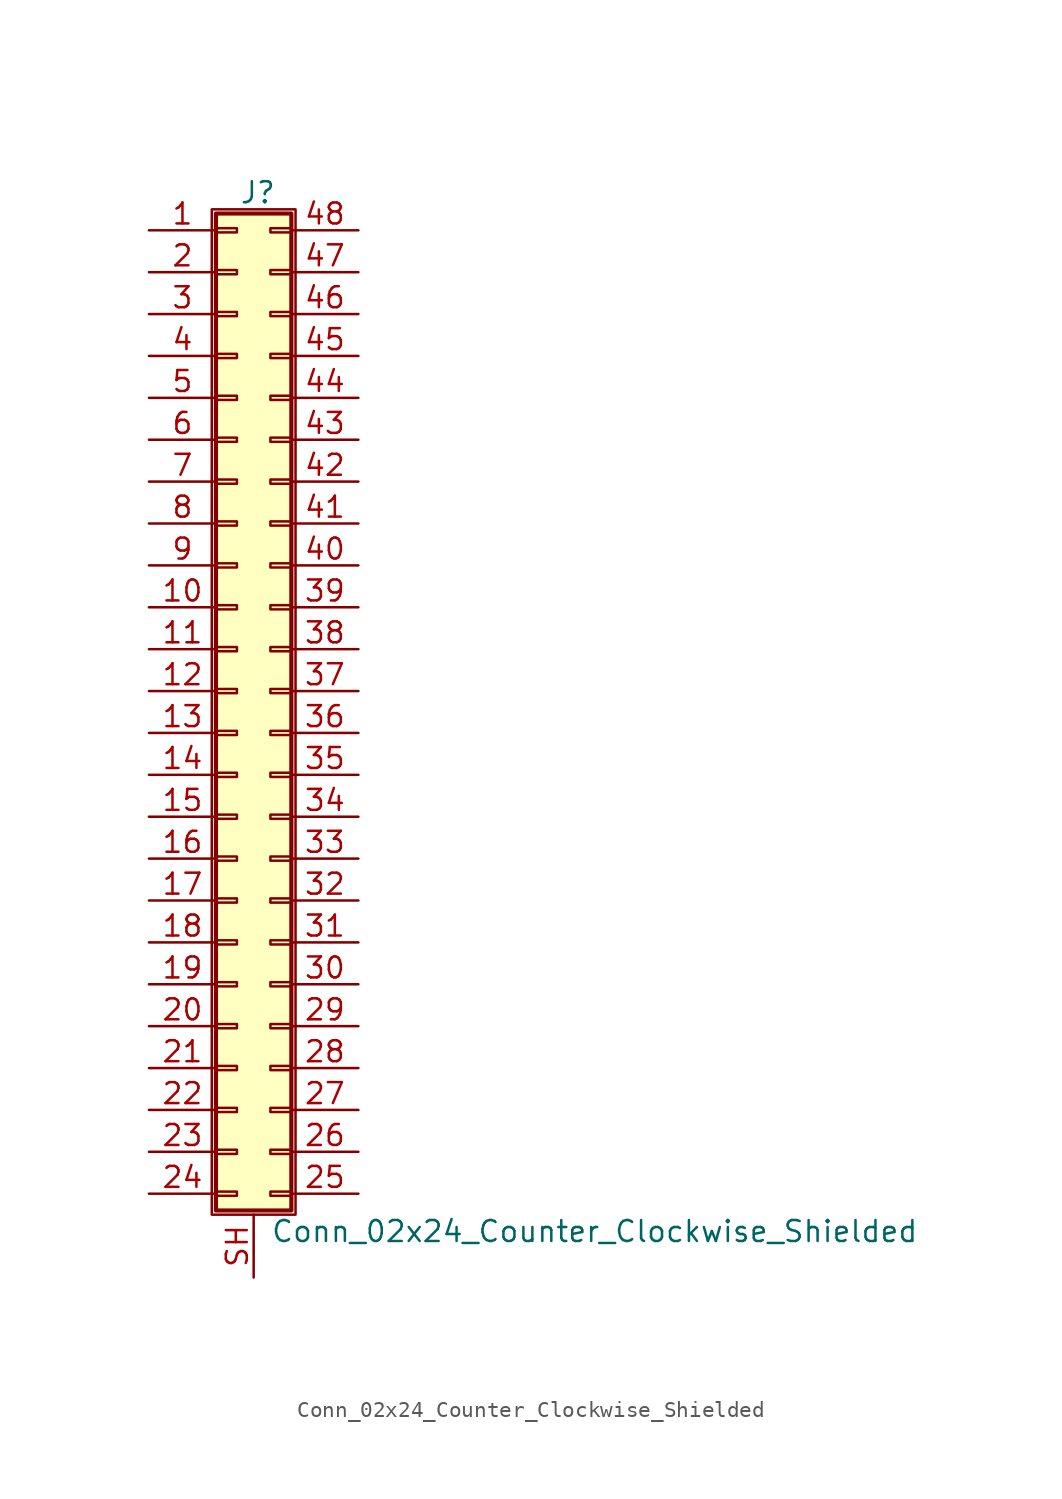
<source format=kicad_sym>
(kicad_symbol_lib
  (version 20201005)
  (generator kicad_symbol_editor)
  (symbol "Conn_02x24_Counter_Clockwise_Shielded"
    (pin_names
      (offset 1.016) hide)
    (property "Reference" "J"
      (at 1.524 30.226 0)
      (effects (font (size 1.27 1.27))))
    (property "Value" "Conn_02x24_Counter_Clockwise_Shielded"
      (at 2.286 -32.766 0)
      (effects (font (size 1.27 1.27)) (justify left)))
    (symbol "Conn_02x24_Counter_Clockwise_Shielded_1_1"
      (rectangle (start -1.27 29.21) (end 3.81 -31.75) (stroke (width 0.152)) (fill (type none)))
      (rectangle (start -1.016 -30.353) (end 0.254 -30.607) (stroke (width 0.152)) (fill (type none)))
      (rectangle (start -1.016 -27.813) (end 0.254 -28.067) (stroke (width 0.152)) (fill (type none)))
      (rectangle (start -1.016 -25.273) (end 0.254 -25.527) (stroke (width 0.152)) (fill (type none)))
      (rectangle (start -1.016 -22.733) (end 0.254 -22.987) (stroke (width 0.152)) (fill (type none)))
      (rectangle (start -1.016 -20.193) (end 0.254 -20.447) (stroke (width 0.152)) (fill (type none)))
      (rectangle (start -1.016 -17.653) (end 0.254 -17.907) (stroke (width 0.152)) (fill (type none)))
      (rectangle (start -1.016 -15.113) (end 0.254 -15.367) (stroke (width 0.152)) (fill (type none)))
      (rectangle (start -1.016 -12.573) (end 0.254 -12.827) (stroke (width 0.152)) (fill (type none)))
      (rectangle (start -1.016 -10.033) (end 0.254 -10.287) (stroke (width 0.152)) (fill (type none)))
      (rectangle (start -1.016 -7.493) (end 0.254 -7.747) (stroke (width 0.152)) (fill (type none)))
      (rectangle (start -1.016 -4.953) (end 0.254 -5.207) (stroke (width 0.152)) (fill (type none)))
      (rectangle (start -1.016 -2.413) (end 0.254 -2.667) (stroke (width 0.152)) (fill (type none)))
      (rectangle (start -1.016 0.127) (end 0.254 -0.127) (stroke (width 0.152)) (fill (type none)))
      (rectangle (start -1.016 2.667) (end 0.254 2.413) (stroke (width 0.152)) (fill (type none)))
      (rectangle (start -1.016 5.207) (end 0.254 4.953) (stroke (width 0.152)) (fill (type none)))
      (rectangle (start -1.016 7.747) (end 0.254 7.493) (stroke (width 0.152)) (fill (type none)))
      (rectangle (start -1.016 10.287) (end 0.254 10.033) (stroke (width 0.152)) (fill (type none)))
      (rectangle (start -1.016 12.827) (end 0.254 12.573) (stroke (width 0.152)) (fill (type none)))
      (rectangle (start -1.016 15.367) (end 0.254 15.113) (stroke (width 0.152)) (fill (type none)))
      (rectangle (start -1.016 17.907) (end 0.254 17.653) (stroke (width 0.152)) (fill (type none)))
      (rectangle (start -1.016 20.447) (end 0.254 20.193) (stroke (width 0.152)) (fill (type none)))
      (rectangle (start -1.016 22.987) (end 0.254 22.733) (stroke (width 0.152)) (fill (type none)))
      (rectangle (start -1.016 25.527) (end 0.254 25.273) (stroke (width 0.152)) (fill (type none)))
      (rectangle (start -1.016 28.067) (end 0.254 27.813) (stroke (width 0.152)) (fill (type none)))
      (rectangle (start 3.556 -30.353) (end 2.286 -30.607) (stroke (width 0.152)) (fill (type none)))
      (rectangle (start 3.556 -27.813) (end 2.286 -28.067) (stroke (width 0.152)) (fill (type none)))
      (rectangle (start 3.556 -25.273) (end 2.286 -25.527) (stroke (width 0.152)) (fill (type none)))
      (rectangle (start 3.556 -22.733) (end 2.286 -22.987) (stroke (width 0.152)) (fill (type none)))
      (rectangle (start 3.556 -20.193) (end 2.286 -20.447) (stroke (width 0.152)) (fill (type none)))
      (rectangle (start 3.556 -17.653) (end 2.286 -17.907) (stroke (width 0.152)) (fill (type none)))
      (rectangle (start 3.556 -15.113) (end 2.286 -15.367) (stroke (width 0.152)) (fill (type none)))
      (rectangle (start 3.556 -12.573) (end 2.286 -12.827) (stroke (width 0.152)) (fill (type none)))
      (rectangle (start 3.556 -10.033) (end 2.286 -10.287) (stroke (width 0.152)) (fill (type none)))
      (rectangle (start 3.556 -7.493) (end 2.286 -7.747) (stroke (width 0.152)) (fill (type none)))
      (rectangle (start 3.556 -4.953) (end 2.286 -5.207) (stroke (width 0.152)) (fill (type none)))
      (rectangle (start 3.556 -2.413) (end 2.286 -2.667) (stroke (width 0.152)) (fill (type none)))
      (rectangle (start 3.556 0.127) (end 2.286 -0.127) (stroke (width 0.152)) (fill (type none)))
      (rectangle (start 3.556 2.667) (end 2.286 2.413) (stroke (width 0.152)) (fill (type none)))
      (rectangle (start 3.556 5.207) (end 2.286 4.953) (stroke (width 0.152)) (fill (type none)))
      (rectangle (start 3.556 7.747) (end 2.286 7.493) (stroke (width 0.152)) (fill (type none)))
      (rectangle (start 3.556 10.287) (end 2.286 10.033) (stroke (width 0.152)) (fill (type none)))
      (rectangle (start 3.556 12.827) (end 2.286 12.573) (stroke (width 0.152)) (fill (type none)))
      (rectangle (start 3.556 15.367) (end 2.286 15.113) (stroke (width 0.152)) (fill (type none)))
      (rectangle (start 3.556 17.907) (end 2.286 17.653) (stroke (width 0.152)) (fill (type none)))
      (rectangle (start 3.556 20.447) (end 2.286 20.193) (stroke (width 0.152)) (fill (type none)))
      (rectangle (start 3.556 22.987) (end 2.286 22.733) (stroke (width 0.152)) (fill (type none)))
      (rectangle (start 3.556 25.527) (end 2.286 25.273) (stroke (width 0.152)) (fill (type none)))
      (rectangle (start 3.556 28.067) (end 2.286 27.813) (stroke (width 0.152)) (fill (type none)))
      (rectangle (start -1.016 28.956) (end 3.556 -31.496) (stroke (width 0.254)) (fill (type background)))
      (pin passive line (at -5.08 27.94 0) (length 4.064) (name "Pin_1" (effects (font (size 1.27 1.27)))) (number "1" (effects (font (size 1.27 1.27)))))
      (pin passive line (at -5.08 5.08 0) (length 4.064) (name "Pin_10" (effects (font (size 1.27 1.27)))) (number "10" (effects (font (size 1.27 1.27)))))
      (pin passive line (at -5.08 2.54 0) (length 4.064) (name "Pin_11" (effects (font (size 1.27 1.27)))) (number "11" (effects (font (size 1.27 1.27)))))
      (pin passive line (at -5.08 0 0) (length 4.064) (name "Pin_12" (effects (font (size 1.27 1.27)))) (number "12" (effects (font (size 1.27 1.27)))))
      (pin passive line (at -5.08 -2.54 0) (length 4.064) (name "Pin_13" (effects (font (size 1.27 1.27)))) (number "13" (effects (font (size 1.27 1.27)))))
      (pin passive line (at -5.08 -5.08 0) (length 4.064) (name "Pin_14" (effects (font (size 1.27 1.27)))) (number "14" (effects (font (size 1.27 1.27)))))
      (pin passive line (at -5.08 -7.62 0) (length 4.064) (name "Pin_15" (effects (font (size 1.27 1.27)))) (number "15" (effects (font (size 1.27 1.27)))))
      (pin passive line (at -5.08 -10.16 0) (length 4.064) (name "Pin_16" (effects (font (size 1.27 1.27)))) (number "16" (effects (font (size 1.27 1.27)))))
      (pin passive line (at -5.08 -12.7 0) (length 4.064) (name "Pin_17" (effects (font (size 1.27 1.27)))) (number "17" (effects (font (size 1.27 1.27)))))
      (pin passive line (at -5.08 -15.24 0) (length 4.064) (name "Pin_18" (effects (font (size 1.27 1.27)))) (number "18" (effects (font (size 1.27 1.27)))))
      (pin passive line (at -5.08 -17.78 0) (length 4.064) (name "Pin_19" (effects (font (size 1.27 1.27)))) (number "19" (effects (font (size 1.27 1.27)))))
      (pin passive line (at -5.08 25.4 0) (length 4.064) (name "Pin_2" (effects (font (size 1.27 1.27)))) (number "2" (effects (font (size 1.27 1.27)))))
      (pin passive line (at -5.08 -20.32 0) (length 4.064) (name "Pin_20" (effects (font (size 1.27 1.27)))) (number "20" (effects (font (size 1.27 1.27)))))
      (pin passive line (at -5.08 -22.86 0) (length 4.064) (name "Pin_21" (effects (font (size 1.27 1.27)))) (number "21" (effects (font (size 1.27 1.27)))))
      (pin passive line (at -5.08 -25.4 0) (length 4.064) (name "Pin_22" (effects (font (size 1.27 1.27)))) (number "22" (effects (font (size 1.27 1.27)))))
      (pin passive line (at -5.08 -27.94 0) (length 4.064) (name "Pin_23" (effects (font (size 1.27 1.27)))) (number "23" (effects (font (size 1.27 1.27)))))
      (pin passive line (at -5.08 -30.48 0) (length 4.064) (name "Pin_24" (effects (font (size 1.27 1.27)))) (number "24" (effects (font (size 1.27 1.27)))))
      (pin passive line (at 7.62 -30.48 180) (length 4.064) (name "Pin_25" (effects (font (size 1.27 1.27)))) (number "25" (effects (font (size 1.27 1.27)))))
      (pin passive line (at 7.62 -27.94 180) (length 4.064) (name "Pin_26" (effects (font (size 1.27 1.27)))) (number "26" (effects (font (size 1.27 1.27)))))
      (pin passive line (at 7.62 -25.4 180) (length 4.064) (name "Pin_27" (effects (font (size 1.27 1.27)))) (number "27" (effects (font (size 1.27 1.27)))))
      (pin passive line (at 7.62 -22.86 180) (length 4.064) (name "Pin_28" (effects (font (size 1.27 1.27)))) (number "28" (effects (font (size 1.27 1.27)))))
      (pin passive line (at 7.62 -20.32 180) (length 4.064) (name "Pin_29" (effects (font (size 1.27 1.27)))) (number "29" (effects (font (size 1.27 1.27)))))
      (pin passive line (at -5.08 22.86 0) (length 4.064) (name "Pin_3" (effects (font (size 1.27 1.27)))) (number "3" (effects (font (size 1.27 1.27)))))
      (pin passive line (at 7.62 -17.78 180) (length 4.064) (name "Pin_30" (effects (font (size 1.27 1.27)))) (number "30" (effects (font (size 1.27 1.27)))))
      (pin passive line (at 7.62 -15.24 180) (length 4.064) (name "Pin_31" (effects (font (size 1.27 1.27)))) (number "31" (effects (font (size 1.27 1.27)))))
      (pin passive line (at 7.62 -12.7 180) (length 4.064) (name "Pin_32" (effects (font (size 1.27 1.27)))) (number "32" (effects (font (size 1.27 1.27)))))
      (pin passive line (at 7.62 -10.16 180) (length 4.064) (name "Pin_33" (effects (font (size 1.27 1.27)))) (number "33" (effects (font (size 1.27 1.27)))))
      (pin passive line (at 7.62 -7.62 180) (length 4.064) (name "Pin_34" (effects (font (size 1.27 1.27)))) (number "34" (effects (font (size 1.27 1.27)))))
      (pin passive line (at 7.62 -5.08 180) (length 4.064) (name "Pin_35" (effects (font (size 1.27 1.27)))) (number "35" (effects (font (size 1.27 1.27)))))
      (pin passive line (at 7.62 -2.54 180) (length 4.064) (name "Pin_36" (effects (font (size 1.27 1.27)))) (number "36" (effects (font (size 1.27 1.27)))))
      (pin passive line (at 7.62 0 180) (length 4.064) (name "Pin_37" (effects (font (size 1.27 1.27)))) (number "37" (effects (font (size 1.27 1.27)))))
      (pin passive line (at 7.62 2.54 180) (length 4.064) (name "Pin_38" (effects (font (size 1.27 1.27)))) (number "38" (effects (font (size 1.27 1.27)))))
      (pin passive line (at 7.62 5.08 180) (length 4.064) (name "Pin_39" (effects (font (size 1.27 1.27)))) (number "39" (effects (font (size 1.27 1.27)))))
      (pin passive line (at -5.08 20.32 0) (length 4.064) (name "Pin_4" (effects (font (size 1.27 1.27)))) (number "4" (effects (font (size 1.27 1.27)))))
      (pin passive line (at 7.62 7.62 180) (length 4.064) (name "Pin_40" (effects (font (size 1.27 1.27)))) (number "40" (effects (font (size 1.27 1.27)))))
      (pin passive line (at 7.62 10.16 180) (length 4.064) (name "Pin_41" (effects (font (size 1.27 1.27)))) (number "41" (effects (font (size 1.27 1.27)))))
      (pin passive line (at 7.62 12.7 180) (length 4.064) (name "Pin_42" (effects (font (size 1.27 1.27)))) (number "42" (effects (font (size 1.27 1.27)))))
      (pin passive line (at 7.62 15.24 180) (length 4.064) (name "Pin_43" (effects (font (size 1.27 1.27)))) (number "43" (effects (font (size 1.27 1.27)))))
      (pin passive line (at 7.62 17.78 180) (length 4.064) (name "Pin_44" (effects (font (size 1.27 1.27)))) (number "44" (effects (font (size 1.27 1.27)))))
      (pin passive line (at 7.62 20.32 180) (length 4.064) (name "Pin_45" (effects (font (size 1.27 1.27)))) (number "45" (effects (font (size 1.27 1.27)))))
      (pin passive line (at 7.62 22.86 180) (length 4.064) (name "Pin_46" (effects (font (size 1.27 1.27)))) (number "46" (effects (font (size 1.27 1.27)))))
      (pin passive line (at 7.62 25.4 180) (length 4.064) (name "Pin_47" (effects (font (size 1.27 1.27)))) (number "47" (effects (font (size 1.27 1.27)))))
      (pin passive line (at 7.62 27.94 180) (length 4.064) (name "Pin_48" (effects (font (size 1.27 1.27)))) (number "48" (effects (font (size 1.27 1.27)))))
      (pin passive line (at -5.08 17.78 0) (length 4.064) (name "Pin_5" (effects (font (size 1.27 1.27)))) (number "5" (effects (font (size 1.27 1.27)))))
      (pin passive line (at -5.08 15.24 0) (length 4.064) (name "Pin_6" (effects (font (size 1.27 1.27)))) (number "6" (effects (font (size 1.27 1.27)))))
      (pin passive line (at -5.08 12.7 0) (length 4.064) (name "Pin_7" (effects (font (size 1.27 1.27)))) (number "7" (effects (font (size 1.27 1.27)))))
      (pin passive line (at -5.08 10.16 0) (length 4.064) (name "Pin_8" (effects (font (size 1.27 1.27)))) (number "8" (effects (font (size 1.27 1.27)))))
      (pin passive line (at -5.08 7.62 0) (length 4.064) (name "Pin_9" (effects (font (size 1.27 1.27)))) (number "9" (effects (font (size 1.27 1.27)))))
      (pin passive line (at 1.27 -35.56 90) (length 3.81) (name "Shield" (effects (font (size 1.27 1.27)))) (number "SH" (effects (font (size 1.27 1.27))))))))
</source>
